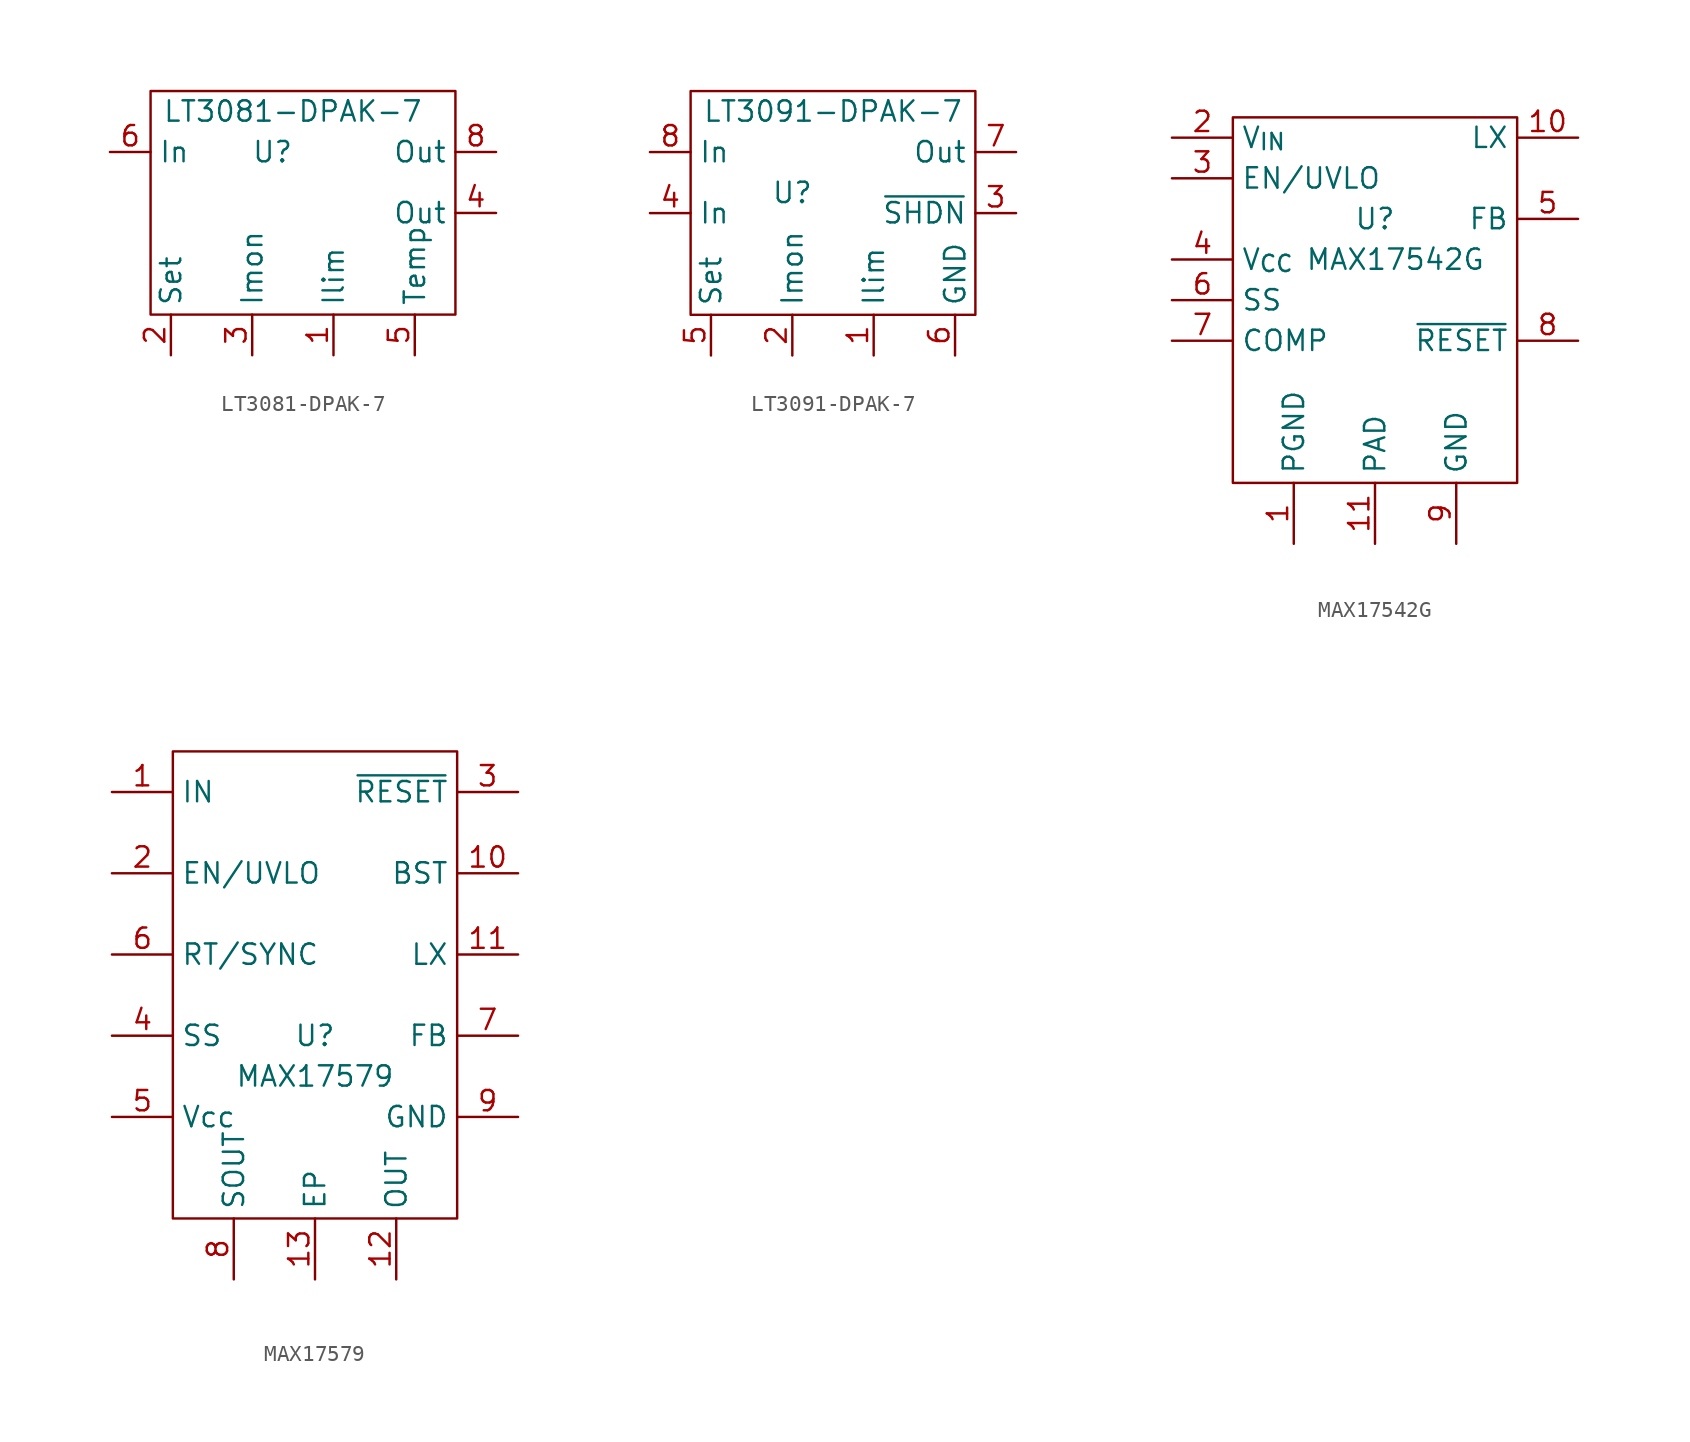
<source format=kicad_sym>
(kicad_symbol_lib
  (version 20220914)
  (generator kicad_symbol_editor)
  (symbol "LT3081-DPAK-7"
    (property "Reference" "U"
      (at 0 0 0)
      (effects (font (size 1.27 1.27))))
    (property "Value" "LT3081-DPAK-7"
      (at 1.27 2.54 0)
      (effects (font (size 1.27 1.27))))
    (symbol "LT3081-DPAK-7_0_1"
      (rectangle (start -7.62 3.81) (end 11.43 -10.16) (stroke (width 0) (type default)) (fill (type none))))
    (symbol "LT3081-DPAK-7_1_1"
      (pin input line (at 3.81 -12.7 90) (length 2.54) (name "Ilim" (effects (font (size 1.27 1.27)))) (number "1" (effects (font (size 1.27 1.27)))))
      (pin input line (at -6.35 -12.7 90) (length 2.54) (name "Set" (effects (font (size 1.27 1.27)))) (number "2" (effects (font (size 1.27 1.27)))))
      (pin input line (at -1.27 -12.7 90) (length 2.54) (name "Imon" (effects (font (size 1.27 1.27)))) (number "3" (effects (font (size 1.27 1.27)))))
      (pin input line (at 13.97 -3.81 180) (length 2.54) (name "Out" (effects (font (size 1.27 1.27)))) (number "4" (effects (font (size 1.27 1.27)))))
      (pin input line (at 8.89 -12.7 90) (length 2.54) (name "Temp" (effects (font (size 1.27 1.27)))) (number "5" (effects (font (size 1.27 1.27)))))
      (pin input line (at -10.16 0 0) (length 2.54) (name "In" (effects (font (size 1.27 1.27)))) (number "6" (effects (font (size 1.27 1.27)))))
      (pin no_connect line (at -10.16 -3.81 0) (length 2.54) hide (name "NC" (effects (font (size 1.27 1.27)))) (number "7" (effects (font (size 1.27 1.27)))))
      (pin input line (at 13.97 0 180) (length 2.54) (name "Out" (effects (font (size 1.27 1.27)))) (number "8" (effects (font (size 1.27 1.27)))))))
  (symbol "LT3091-DPAK-7"
    (property "Reference" "U"
      (at -1.27 -2.54 0)
      (effects (font (size 1.27 1.27))))
    (property "Value" "LT3091-DPAK-7"
      (at 1.27 2.54 0)
      (effects (font (size 1.27 1.27))))
    (symbol "LT3091-DPAK-7_0_1"
      (rectangle (start -7.62 3.81) (end 10.16 -10.16) (stroke (width 0) (type default)) (fill (type none))))
    (symbol "LT3091-DPAK-7_1_1"
      (pin input line (at 3.81 -12.7 90) (length 2.54) (name "Ilim" (effects (font (size 1.27 1.27)))) (number "1" (effects (font (size 1.27 1.27)))))
      (pin input line (at -1.27 -12.7 90) (length 2.54) (name "Imon" (effects (font (size 1.27 1.27)))) (number "2" (effects (font (size 1.27 1.27)))))
      (pin input line (at 12.7 -3.81 180) (length 2.54) (name "~{SHDN}" (effects (font (size 1.27 1.27)))) (number "3" (effects (font (size 1.27 1.27)))))
      (pin input line (at -10.16 -3.81 0) (length 2.54) (name "In" (effects (font (size 1.27 1.27)))) (number "4" (effects (font (size 1.27 1.27)))))
      (pin input line (at -6.35 -12.7 90) (length 2.54) (name "Set" (effects (font (size 1.27 1.27)))) (number "5" (effects (font (size 1.27 1.27)))))
      (pin input line (at 8.89 -12.7 90) (length 2.54) (name "GND" (effects (font (size 1.27 1.27)))) (number "6" (effects (font (size 1.27 1.27)))))
      (pin input line (at 12.7 0 180) (length 2.54) (name "Out" (effects (font (size 1.27 1.27)))) (number "7" (effects (font (size 1.27 1.27)))))
      (pin input line (at -10.16 0 0) (length 2.54) (name "In" (effects (font (size 1.27 1.27)))) (number "8" (effects (font (size 1.27 1.27)))))))
  (symbol "MAX17542G"
    (property "Reference" "U"
      (at 0 5.08 0)
      (effects (font (size 1.27 1.27))))
    (property "Value" "MAX17542G"
      (at 1.27 2.54 0)
      (effects (font (size 1.27 1.27))))
    (symbol "MAX17542G_0_1"
      (rectangle (start -8.89 11.43) (end 8.89 -11.43) (stroke (width 0) (type default)) (fill (type none))))
    (symbol "MAX17542G_1_1"
      (pin output line (at -5.08 -15.24 90) (length 3.81) (name "PGND" (effects (font (size 1.27 1.27)))) (number "1" (effects (font (size 1.27 1.27)))))
      (pin output line (at 12.7 10.16 180) (length 3.81) (name "LX" (effects (font (size 1.27 1.27)))) (number "10" (effects (font (size 1.27 1.27)))))
      (pin input line (at 0 -15.24 90) (length 3.81) (name "PAD" (effects (font (size 1.27 1.27)))) (number "11" (effects (font (size 1.27 1.27)))))
      (pin power_in line (at -12.7 10.16 0) (length 3.81) (name "V_{IN}" (effects (font (size 1.27 1.27)))) (number "2" (effects (font (size 1.27 1.27)))))
      (pin input line (at -12.7 7.62 0) (length 3.81) (name "EN/UVLO" (effects (font (size 1.27 1.27)))) (number "3" (effects (font (size 1.27 1.27)))))
      (pin output line (at -12.7 2.54 0) (length 3.81) (name "V_{CC}" (effects (font (size 1.27 1.27)))) (number "4" (effects (font (size 1.27 1.27)))))
      (pin output line (at 12.7 5.08 180) (length 3.81) (name "FB" (effects (font (size 1.27 1.27)))) (number "5" (effects (font (size 1.27 1.27)))))
      (pin input line (at -12.7 0 0) (length 3.81) (name "SS" (effects (font (size 1.27 1.27)))) (number "6" (effects (font (size 1.27 1.27)))))
      (pin input line (at -12.7 -2.54 0) (length 3.81) (name "COMP" (effects (font (size 1.27 1.27)))) (number "7" (effects (font (size 1.27 1.27)))))
      (pin open_collector line (at 12.7 -2.54 180) (length 3.81) (name "~{RESET}" (effects (font (size 1.27 1.27)))) (number "8" (effects (font (size 1.27 1.27)))))
      (pin output line (at 5.08 -15.24 90) (length 3.81) (name "GND" (effects (font (size 1.27 1.27)))) (number "9" (effects (font (size 1.27 1.27)))))))
  (symbol "MAX17579"
    (property "Reference" "U"
      (at 0 -3.81 0)
      (effects (font (size 1.27 1.27))))
    (property "Value" "MAX17579"
      (at 0 -6.35 0)
      (effects (font (size 1.27 1.27))))
    (symbol "MAX17579_0_1"
      (rectangle (start -8.89 13.97) (end 8.89 -15.24) (stroke (width 0) (type default)) (fill (type none))))
    (symbol "MAX17579_1_1"
      (pin power_in line (at -12.7 11.43 0) (length 3.81) (name "IN" (effects (font (size 1.27 1.27)))) (number "1" (effects (font (size 1.27 1.27)))))
      (pin input line (at 12.7 6.35 180) (length 3.81) (name "BST" (effects (font (size 1.27 1.27)))) (number "10" (effects (font (size 1.27 1.27)))))
      (pin input line (at 12.7 1.27 180) (length 3.81) (name "LX" (effects (font (size 1.27 1.27)))) (number "11" (effects (font (size 1.27 1.27)))))
      (pin input line (at 5.08 -19.05 90) (length 3.81) (name "OUT" (effects (font (size 1.27 1.27)))) (number "12" (effects (font (size 1.27 1.27)))))
      (pin input line (at 0 -19.05 90) (length 3.81) (name "EP" (effects (font (size 1.27 1.27)))) (number "13" (effects (font (size 1.27 1.27)))))
      (pin input line (at -12.7 6.35 0) (length 3.81) (name "EN/UVLO" (effects (font (size 1.27 1.27)))) (number "2" (effects (font (size 1.27 1.27)))))
      (pin open_collector line (at 12.7 11.43 180) (length 3.81) (name "~{RESET}" (effects (font (size 1.27 1.27)))) (number "3" (effects (font (size 1.27 1.27)))))
      (pin input line (at -12.7 -3.81 0) (length 3.81) (name "SS" (effects (font (size 1.27 1.27)))) (number "4" (effects (font (size 1.27 1.27)))))
      (pin output line (at -12.7 -8.89 0) (length 3.81) (name "Vcc" (effects (font (size 1.27 1.27)))) (number "5" (effects (font (size 1.27 1.27)))))
      (pin input line (at -12.7 1.27 0) (length 3.81) (name "RT/SYNC" (effects (font (size 1.27 1.27)))) (number "6" (effects (font (size 1.27 1.27)))))
      (pin input line (at 12.7 -3.81 180) (length 3.81) (name "FB" (effects (font (size 1.27 1.27)))) (number "7" (effects (font (size 1.27 1.27)))))
      (pin input line (at -5.08 -19.05 90) (length 3.81) (name "SOUT" (effects (font (size 1.27 1.27)))) (number "8" (effects (font (size 1.27 1.27)))))
      (pin input line (at 12.7 -8.89 180) (length 3.81) (name "GND" (effects (font (size 1.27 1.27)))) (number "9" (effects (font (size 1.27 1.27))))))))
</source>
